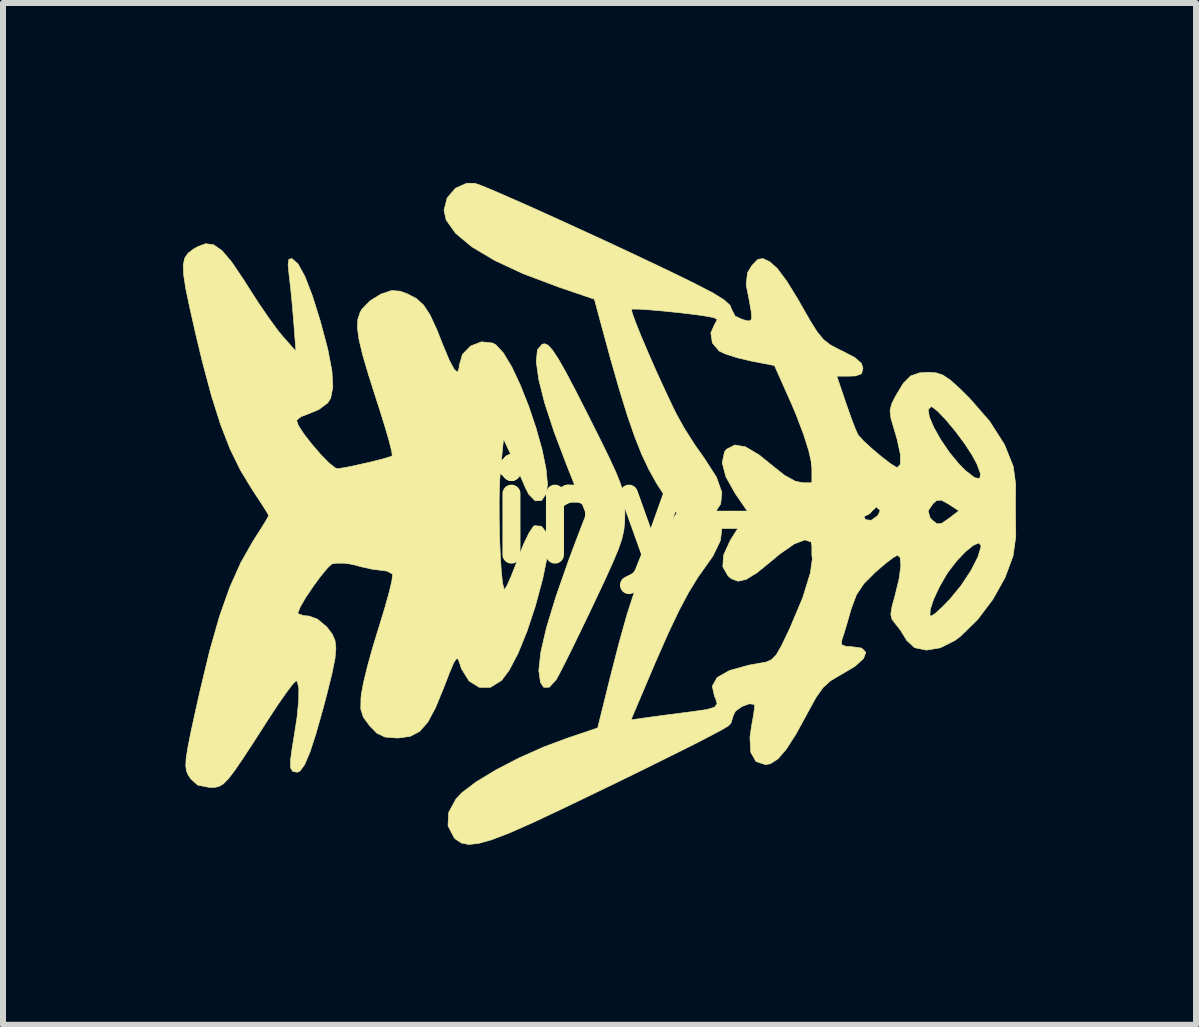
<source format=kicad_pcb>
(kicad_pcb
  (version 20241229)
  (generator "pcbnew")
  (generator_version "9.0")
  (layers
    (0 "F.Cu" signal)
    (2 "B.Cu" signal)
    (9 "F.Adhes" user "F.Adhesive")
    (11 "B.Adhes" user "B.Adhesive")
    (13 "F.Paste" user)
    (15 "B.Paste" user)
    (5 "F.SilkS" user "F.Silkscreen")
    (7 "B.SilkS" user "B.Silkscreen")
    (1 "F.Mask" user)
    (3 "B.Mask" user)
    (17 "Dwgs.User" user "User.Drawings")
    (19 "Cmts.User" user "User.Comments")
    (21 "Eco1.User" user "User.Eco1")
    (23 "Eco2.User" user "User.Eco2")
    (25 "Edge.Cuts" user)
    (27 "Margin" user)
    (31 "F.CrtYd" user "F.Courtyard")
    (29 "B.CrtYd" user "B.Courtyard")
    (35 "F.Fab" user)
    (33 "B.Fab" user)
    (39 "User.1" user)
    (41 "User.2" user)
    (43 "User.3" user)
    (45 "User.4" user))
  (footprint "attiny-R"
    (layer "F.Cu")
    (at 6.892 5.507)
    (property "Reference" "attiny-R" (at 0 0 0) (layer "F.SilkS") (effects (font (size 1.524 1.524) (thickness 0.3))))
    (attr through_hole)
    (fp_poly (pts (xy -0.805 -2.802) (xy -0.733 -2.723) (xy -0.636 -2.577) (xy -0.508 -2.352) (xy -0.341 -2.035) (xy -0.13 -1.62) (xy 0.072 -1.217) (xy 0.223 -0.908) (xy 0.331 -0.673) (xy 0.403 -0.493) (xy 0.446 -0.348) (xy 0.468 -0.22) (xy 0.476 -0.088) (xy 0.476 -0.001) (xy 0.473 0.15) (xy 0.458 0.288) (xy 0.425 0.433) (xy 0.365 0.606) (xy 0.271 0.83) (xy 0.137 1.125) (xy -0.045 1.512) (xy -0.051 1.524) (xy -0.221 1.879) (xy -0.378 2.203) (xy -0.512 2.474) (xy -0.613 2.672) (xy -0.67 2.776) (xy -0.671 2.778) (xy -0.784 2.9) (xy -0.877 2.902) (xy -0.931 2.821) (xy -0.959 2.621) (xy -0.926 2.318) (xy -0.832 1.911) (xy -0.676 1.398) (xy -0.459 0.777) (xy -0.282 0.308) (xy -0.168 0.014) (xy -0.494 -0.803) (xy -0.706 -1.363) (xy -0.862 -1.841) (xy -0.96 -2.231) (xy -1.001 -2.527) (xy -0.982 -2.725) (xy -0.904 -2.818) (xy -0.86 -2.826) (xy -0.805 -2.802)) (stroke (width 0.01) (type solid)) (fill yes) (layer "F.SilkS"))
    (fp_poly (pts (xy -6.38 -4.476) (xy -6.24 -4.378) (xy -6.079 -4.188) (xy -5.882 -3.896) (xy -5.822 -3.801) (xy -5.645 -3.525) (xy -5.466 -3.262) (xy -5.309 -3.047) (xy -5.23 -2.951) (xy -5.008 -2.699) (xy -5.044 -3.175) (xy -5.068 -3.463) (xy -5.096 -3.749) (xy -5.121 -3.961) (xy -5.139 -4.147) (xy -5.126 -4.234) (xy -5.077 -4.245) (xy -5.073 -4.244) (xy -4.973 -4.156) (xy -4.86 -3.951) (xy -4.734 -3.626) (xy -4.603 -3.207) (xy -4.478 -2.738) (xy -4.408 -2.373) (xy -4.393 -2.103) (xy -4.43 -1.916) (xy -4.478 -1.84) (xy -4.626 -1.73) (xy -4.785 -1.663) (xy -4.925 -1.61) (xy -4.997 -1.551) (xy -4.997 -1.551) (xy -4.97 -1.467) (xy -4.878 -1.324) (xy -4.744 -1.152) (xy -4.595 -0.979) (xy -4.454 -0.836) (xy -4.347 -0.752) (xy -4.313 -0.742) (xy -4.161 -0.767) (xy -3.958 -0.81) (xy -3.743 -0.859) (xy -3.554 -0.907) (xy -3.43 -0.945) (xy -3.403 -0.957) (xy -3.41 -1.026) (xy -3.451 -1.193) (xy -3.521 -1.435) (xy -3.613 -1.73) (xy -3.651 -1.847) (xy -3.793 -2.292) (xy -3.894 -2.635) (xy -3.956 -2.894) (xy -3.983 -3.087) (xy -3.977 -3.232) (xy -3.94 -3.345) (xy -3.908 -3.402) (xy -3.774 -3.54) (xy -3.594 -3.652) (xy -3.583 -3.657) (xy -3.412 -3.713) (xy -3.27 -3.702) (xy -3.152 -3.659) (xy -3.002 -3.581) (xy -2.882 -3.473) (xy -2.774 -3.309) (xy -2.661 -3.066) (xy -2.564 -2.821) (xy -2.452 -2.552) (xy -2.367 -2.394) (xy -2.311 -2.352) (xy -2.287 -2.427) (xy -2.286 -2.462) (xy -2.232 -2.649) (xy -2.096 -2.788) (xy -1.916 -2.858) (xy -1.73 -2.838) (xy -1.676 -2.809) (xy -1.549 -2.672) (xy -1.409 -2.439) (xy -1.266 -2.134) (xy -1.128 -1.786) (xy -1.005 -1.42) (xy -0.905 -1.064) (xy -0.839 -0.743) (xy -0.814 -0.484) (xy -0.834 -0.328) (xy -0.916 -0.21) (xy -1.02 -0.208) (xy -1.127 -0.317) (xy -1.184 -0.429) (xy -1.274 -0.64) (xy -1.38 -0.879) (xy -1.414 -0.953) (xy -1.547 -1.238) (xy -1.598 -0.73) (xy -1.613 -0.504) (xy -1.62 -0.221) (xy -1.619 0.093) (xy -1.613 0.414) (xy -1.6 0.716) (xy -1.584 0.975) (xy -1.563 1.166) (xy -1.539 1.263) (xy -1.531 1.27) (xy -1.493 1.214) (xy -1.426 1.066) (xy -1.342 0.853) (xy -1.308 0.757) (xy -1.214 0.519) (xy -1.123 0.33) (xy -1.049 0.22) (xy -1.03 0.207) (xy -0.915 0.217) (xy -0.83 0.323) (xy -0.791 0.495) (xy -0.8 0.632) (xy -0.894 1.093) (xy -1.016 1.546) (xy -1.156 1.969) (xy -1.305 2.335) (xy -1.455 2.621) (xy -1.58 2.787) (xy -1.765 2.902) (xy -1.953 2.902) (xy -2.122 2.796) (xy -2.248 2.593) (xy -2.277 2.504) (xy -2.303 2.433) (xy -2.333 2.425) (xy -2.379 2.496) (xy -2.448 2.659) (xy -2.537 2.891) (xy -2.68 3.24) (xy -2.811 3.484) (xy -2.946 3.637) (xy -3.102 3.719) (xy -3.293 3.746) (xy -3.325 3.747) (xy -3.524 3.731) (xy -3.661 3.665) (xy -3.78 3.542) (xy -3.884 3.4) (xy -3.927 3.266) (xy -3.924 3.082) (xy -3.917 3.018) (xy -3.884 2.835) (xy -3.819 2.566) (xy -3.731 2.247) (xy -3.629 1.913) (xy -3.621 1.888) (xy -3.528 1.584) (xy -3.455 1.323) (xy -3.409 1.128) (xy -3.396 1.023) (xy -3.398 1.015) (xy -3.486 0.965) (xy -3.581 0.952) (xy -3.73 0.934) (xy -3.933 0.889) (xy -4.014 0.866) (xy -4.209 0.823) (xy -4.358 0.82) (xy -4.393 0.831) (xy -4.479 0.908) (xy -4.596 1.05) (xy -4.725 1.226) (xy -4.846 1.406) (xy -4.936 1.561) (xy -4.975 1.658) (xy -4.972 1.674) (xy -4.883 1.706) (xy -4.789 1.714) (xy -4.652 1.764) (xy -4.501 1.889) (xy -4.478 1.915) (xy -4.403 2.015) (xy -4.357 2.12) (xy -4.342 2.249) (xy -4.357 2.424) (xy -4.406 2.667) (xy -4.488 2.998) (xy -4.55 3.234) (xy -4.672 3.668) (xy -4.775 3.985) (xy -4.864 4.193) (xy -4.942 4.299) (xy -4.988 4.318) (xy -5.06 4.304) (xy -5.096 4.247) (xy -5.099 4.124) (xy -5.071 3.913) (xy -5.043 3.747) (xy -4.989 3.4) (xy -4.962 3.115) (xy -4.96 2.911) (xy -4.986 2.805) (xy -5.006 2.794) (xy -5.059 2.844) (xy -5.163 2.982) (xy -5.305 3.185) (xy -5.466 3.43) (xy -5.708 3.807) (xy -5.893 4.09) (xy -6.032 4.293) (xy -6.137 4.429) (xy -6.219 4.512) (xy -6.29 4.554) (xy -6.361 4.57) (xy -6.442 4.572) (xy -6.644 4.533) (xy -6.759 4.431) (xy -6.804 4.364) (xy -6.833 4.297) (xy -6.845 4.212) (xy -6.839 4.09) (xy -6.812 3.915) (xy -6.763 3.666) (xy -6.689 3.326) (xy -6.611 2.978) (xy -6.447 2.296) (xy -6.283 1.721) (xy -6.112 1.237) (xy -5.928 0.825) (xy -5.724 0.466) (xy -5.713 0.449) (xy -5.591 0.257) (xy -5.501 0.111) (xy -5.462 0.04) (xy -5.461 0.038) (xy -5.494 -0.021) (xy -5.581 -0.158) (xy -5.705 -0.347) (xy -5.74 -0.4) (xy -5.932 -0.716) (xy -6.105 -1.069) (xy -6.264 -1.478) (xy -6.417 -1.961) (xy -6.571 -2.538) (xy -6.679 -2.989) (xy -6.776 -3.417) (xy -6.844 -3.739) (xy -6.88 -3.975) (xy -6.887 -4.14) (xy -6.862 -4.255) (xy -6.806 -4.336) (xy -6.718 -4.403) (xy -6.651 -4.442) (xy -6.513 -4.494) (xy -6.38 -4.476)) (stroke (width 0.01) (type solid)) (fill yes) (layer "F.SilkS"))
    (fp_poly (pts (xy -2.027 -5.501) (xy -1.925 -5.466) (xy -1.725 -5.384) (xy -1.445 -5.262) (xy -1.1 -5.11) (xy -0.709 -4.933) (xy -0.288 -4.741) (xy 0.147 -4.541) (xy 0.577 -4.34) (xy 0.987 -4.146) (xy 1.359 -3.968) (xy 1.651 -3.824) (xy 1.943 -3.673) (xy 2.13 -3.557) (xy 2.229 -3.467) (xy 2.254 -3.402) (xy 2.314 -3.287) (xy 2.435 -3.231) (xy 2.52 -3.208) (xy 2.571 -3.209) (xy 2.591 -3.255) (xy 2.582 -3.366) (xy 2.547 -3.563) (xy 2.498 -3.812) (xy 2.521 -4.011) (xy 2.594 -4.13) (xy 2.693 -4.233) (xy 2.779 -4.246) (xy 2.895 -4.191) (xy 3.017 -4.08) (xy 3.177 -3.866) (xy 3.363 -3.564) (xy 3.411 -3.479) (xy 3.567 -3.206) (xy 3.685 -3.019) (xy 3.788 -2.895) (xy 3.899 -2.808) (xy 4.039 -2.733) (xy 4.1 -2.705) (xy 4.312 -2.594) (xy 4.42 -2.497) (xy 4.445 -2.417) (xy 4.421 -2.326) (xy 4.325 -2.29) (xy 4.227 -2.286) (xy 4.009 -2.286) (xy 4.165 -1.826) (xy 4.246 -1.596) (xy 4.316 -1.412) (xy 4.363 -1.309) (xy 4.367 -1.302) (xy 4.457 -1.203) (xy 4.599 -1.073) (xy 4.76 -0.938) (xy 4.905 -0.827) (xy 5.002 -0.766) (xy 5.017 -0.762) (xy 5.07 -0.817) (xy 5.07 -0.977) (xy 5.016 -1.229) (xy 4.972 -1.379) (xy 4.913 -1.579) (xy 4.897 -1.71) (xy 4.902 -1.732) (xy 5.533 -1.732) (xy 5.551 -1.61) (xy 5.625 -1.434) (xy 5.741 -1.228) (xy 5.887 -1.013) (xy 6.052 -0.814) (xy 6.154 -0.711) (xy 6.307 -0.593) (xy 6.392 -0.578) (xy 6.406 -0.656) (xy 6.346 -0.82) (xy 6.265 -0.97) (xy 6.136 -1.168) (xy 5.982 -1.374) (xy 5.825 -1.562) (xy 5.689 -1.704) (xy 5.596 -1.775) (xy 5.582 -1.778) (xy 5.533 -1.732) (xy 4.902 -1.732) (xy 4.923 -1.822) (xy 4.988 -1.951) (xy 5.118 -2.167) (xy 5.24 -2.289) (xy 5.389 -2.341) (xy 5.536 -2.349) (xy 5.665 -2.341) (xy 5.777 -2.304) (xy 5.9 -2.222) (xy 6.062 -2.076) (xy 6.219 -1.921) (xy 6.556 -1.535) (xy 6.803 -1.149) (xy 6.951 -0.782) (xy 6.991 -0.485) (xy 6.988 -0.256) (xy 6.988 -0.04) (xy 6.991 0.22) (xy 6.993 0.389) (xy 6.948 0.712) (xy 6.814 1.073) (xy 6.61 1.437) (xy 6.355 1.775) (xy 6.068 2.054) (xy 5.973 2.124) (xy 5.735 2.243) (xy 5.502 2.282) (xy 5.305 2.241) (xy 5.175 2.12) (xy 5.171 2.112) (xy 5.069 1.947) (xy 4.989 1.846) (xy 4.929 1.767) (xy 4.913 1.698) (xy 5.562 1.698) (xy 5.584 1.714) (xy 5.651 1.671) (xy 5.773 1.559) (xy 5.893 1.435) (xy 6.082 1.205) (xy 6.244 0.959) (xy 6.361 0.732) (xy 6.413 0.559) (xy 6.413 0.54) (xy 6.378 0.495) (xy 6.285 0.534) (xy 6.156 0.639) (xy 6.009 0.793) (xy 5.866 0.979) (xy 5.837 1.023) (xy 5.716 1.234) (xy 5.623 1.436) (xy 5.568 1.6) (xy 5.562 1.698) (xy 4.913 1.698) (xy 4.91 1.681) (xy 4.931 1.549) (xy 4.979 1.376) (xy 5.047 1.097) (xy 5.077 0.877) (xy 5.065 0.738) (xy 5.023 0.699) (xy 4.95 0.738) (xy 4.815 0.842) (xy 4.654 0.98) (xy 4.458 1.176) (xy 4.335 1.363) (xy 4.248 1.597) (xy 4.239 1.63) (xy 4.176 1.849) (xy 4.121 2.029) (xy 4.093 2.111) (xy 4.086 2.19) (xy 4.164 2.22) (xy 4.244 2.223) (xy 4.424 2.248) (xy 4.493 2.318) (xy 4.455 2.422) (xy 4.313 2.551) (xy 4.07 2.696) (xy 4.065 2.698) (xy 3.903 2.794) (xy 3.777 2.909) (xy 3.659 3.077) (xy 3.53 3.313) (xy 3.332 3.676) (xy 3.168 3.933) (xy 3.028 4.095) (xy 2.903 4.176) (xy 2.821 4.191) (xy 2.662 4.139) (xy 2.575 3.986) (xy 2.561 3.737) (xy 2.589 3.543) (xy 2.623 3.353) (xy 2.639 3.223) (xy 2.637 3.188) (xy 2.551 3.176) (xy 2.426 3.222) (xy 2.32 3.299) (xy 2.286 3.365) (xy 2.245 3.496) (xy 2.207 3.54) (xy 2.109 3.6) (xy 1.909 3.707) (xy 1.617 3.858) (xy 1.244 4.044) (xy 0.804 4.262) (xy 0.307 4.505) (xy -0.236 4.767) (xy -0.609 4.946) (xy -1.08 5.167) (xy -1.454 5.332) (xy -1.744 5.443) (xy -1.964 5.505) (xy -2.129 5.522) (xy -2.252 5.497) (xy -2.347 5.433) (xy -2.371 5.408) (xy -2.473 5.211) (xy -2.462 4.989) (xy -2.34 4.764) (xy -2.243 4.661) (xy -2.005 4.48) (xy -1.677 4.281) (xy -1.291 4.081) (xy -0.878 3.897) (xy -0.49 3.752) (xy 0.023 3.579) (xy 0.056 3.444) (xy 0.578 3.444) (xy 0.908 3.398) (xy 1.174 3.362) (xy 1.472 3.324) (xy 1.602 3.307) (xy 1.84 3.273) (xy 1.971 3.234) (xy 2.014 3.177) (xy 1.989 3.089) (xy 1.971 3.053) (xy 1.933 2.882) (xy 2.015 2.738) (xy 2.221 2.621) (xy 2.549 2.531) (xy 2.709 2.503) (xy 2.833 2.48) (xy 2.923 2.44) (xy 2.999 2.361) (xy 3.082 2.219) (xy 3.192 1.991) (xy 3.23 1.909) (xy 3.441 1.409) (xy 3.569 0.993) (xy 3.617 0.649) (xy 3.618 0.619) (xy 3.583 0.479) (xy 3.477 0.444) (xy 3.301 0.511) (xy 3.055 0.682) (xy 2.921 0.794) (xy 2.678 0.992) (xy 2.498 1.103) (xy 2.362 1.133) (xy 2.249 1.09) (xy 2.195 1.043) (xy 2.109 0.892) (xy 2.121 0.699) (xy 2.233 0.452) (xy 2.316 0.32) (xy 2.524 0.011) (xy 4.445 0.011) (xy 4.486 0.107) (xy 4.584 0.117) (xy 4.695 0.036) (xy 4.729 -0.041) (xy 5.532 -0.041) (xy 5.562 0.07) (xy 5.601 0.114) (xy 5.678 0.176) (xy 5.754 0.171) (xy 5.873 0.09) (xy 5.896 0.073) (xy 6.044 -0.041) (xy 5.878 -0.15) (xy 5.752 -0.219) (xy 5.672 -0.211) (xy 5.618 -0.166) (xy 5.532 -0.041) (xy 4.729 -0.041) (xy 4.732 -0.047) (xy 4.657 -0.115) (xy 4.648 -0.12) (xy 4.519 -0.155) (xy 4.455 -0.082) (xy 4.445 0.011) (xy 2.524 0.011) (xy 2.537 -0.008) (xy 2.316 -0.329) (xy 2.16 -0.608) (xy 2.099 -0.843) (xy 2.137 -1.023) (xy 2.172 -1.067) (xy 2.308 -1.138) (xy 2.485 -1.108) (xy 2.711 -0.975) (xy 2.895 -0.826) (xy 3.135 -0.634) (xy 3.319 -0.533) (xy 3.445 -0.508) (xy 3.631 -0.508) (xy 3.587 -0.841) (xy 3.542 -1.041) (xy 3.456 -1.314) (xy 3.341 -1.618) (xy 3.257 -1.819) (xy 2.97 -2.463) (xy 2.58 -2.538) (xy 2.347 -2.593) (xy 2.147 -2.658) (xy 2.048 -2.705) (xy 1.935 -2.839) (xy 1.909 -3.008) (xy 1.976 -3.157) (xy 1.979 -3.16) (xy 2.017 -3.229) (xy 1.963 -3.261) (xy 1.843 -3.284) (xy 1.645 -3.313) (xy 1.401 -3.342) (xy 1.142 -3.369) (xy 0.901 -3.39) (xy 0.709 -3.403) (xy 0.6 -3.404) (xy 0.586 -3.401) (xy 0.599 -3.335) (xy 0.657 -3.176) (xy 0.749 -2.946) (xy 0.868 -2.668) (xy 1.002 -2.362) (xy 1.144 -2.053) (xy 1.282 -1.76) (xy 1.336 -1.651) (xy 1.468 -1.414) (xy 1.641 -1.142) (xy 1.803 -0.912) (xy 2.003 -0.601) (xy 2.093 -0.347) (xy 2.073 -0.153) (xy 2.019 -0.076) (xy 1.976 0.01) (xy 2.019 0.076) (xy 2.095 0.237) (xy 2.069 0.454) (xy 1.944 0.713) (xy 1.847 0.851) (xy 1.69 1.072) (xy 1.537 1.323) (xy 1.376 1.626) (xy 1.199 1.999) (xy 0.994 2.464) (xy 0.897 2.691) (xy 0.578 3.444) (xy 0.056 3.444) (xy 0.234 2.726) (xy 0.382 2.151) (xy 0.514 1.68) (xy 0.64 1.293) (xy 0.766 0.969) (xy 0.9 0.687) (xy 1.051 0.427) (xy 1.155 0.27) (xy 1.34 0) (xy 1.142 -0.287) (xy 1.002 -0.503) (xy 0.876 -0.73) (xy 0.756 -0.984) (xy 0.638 -1.282) (xy 0.515 -1.638) (xy 0.382 -2.07) (xy 0.232 -2.593) (xy 0.061 -3.223) (xy 0.051 -3.26) (xy -0.032 -3.568) (xy -0.635 -3.774) (xy -1.215 -3.992) (xy -1.698 -4.217) (xy -2.078 -4.444) (xy -2.348 -4.67) (xy -2.503 -4.889) (xy -2.54 -5.051) (xy -2.486 -5.258) (xy -2.348 -5.419) (xy -2.16 -5.502) (xy -2.027 -5.501)) (stroke (width 0.01) (type solid)) (fill yes) (layer "F.SilkS")))
  (gr_rect
    (start -3 -3)
    (end 16.89 14.035)
    (stroke (width 0.1) (type default))
    (fill no)
    (layer "Edge.Cuts")))
</source>
